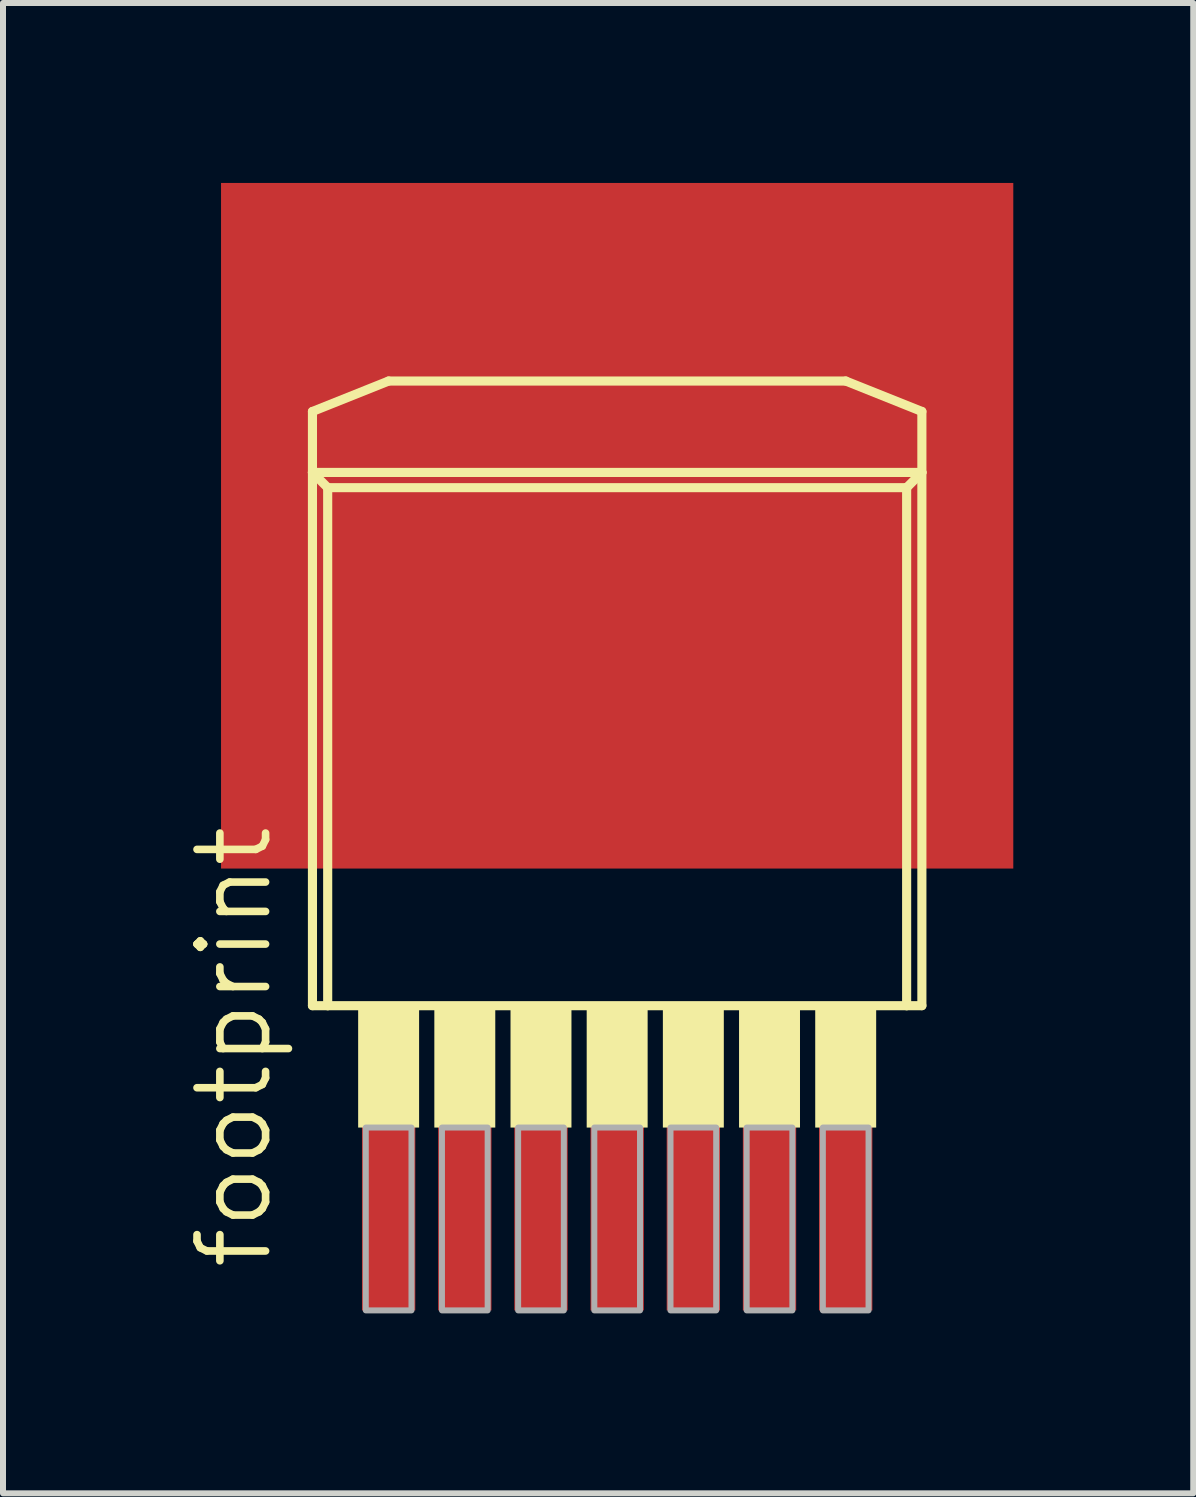
<source format=kicad_pcb>
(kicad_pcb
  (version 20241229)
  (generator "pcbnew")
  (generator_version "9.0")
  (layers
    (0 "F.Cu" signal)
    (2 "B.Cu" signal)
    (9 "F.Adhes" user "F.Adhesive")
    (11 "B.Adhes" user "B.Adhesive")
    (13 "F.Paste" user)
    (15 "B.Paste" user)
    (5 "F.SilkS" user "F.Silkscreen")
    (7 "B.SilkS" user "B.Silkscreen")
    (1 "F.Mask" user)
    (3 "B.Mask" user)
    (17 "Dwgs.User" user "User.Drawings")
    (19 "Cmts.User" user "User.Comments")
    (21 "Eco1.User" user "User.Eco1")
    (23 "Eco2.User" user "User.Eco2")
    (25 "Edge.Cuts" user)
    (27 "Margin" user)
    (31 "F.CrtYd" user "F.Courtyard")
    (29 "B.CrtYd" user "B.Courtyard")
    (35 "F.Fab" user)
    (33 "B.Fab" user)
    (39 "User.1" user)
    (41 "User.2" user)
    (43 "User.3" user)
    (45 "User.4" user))
  (footprint "footprint"
    (layer "F.Cu")
    (at 7.239 9.271)
    (property "Reference" "footprint" (at -5.715 8.89 90) (layer "F.SilkS") (effects (font (size 1.143 1.143) (thickness 0.127)) (justify left bottom)))
    (fp_poly (pts (xy -6.604 2.159) (xy 6.604 2.159) (xy 6.604 -9.271) (xy -6.604 -9.271)) (stroke (width 0) (type solid)) (fill yes) (layer "F.Cu"))
    (fp_poly (pts (xy -5.715 2.54) (xy 5.715 2.54) (xy 5.715 -6.35) (xy -5.715 -6.35)) (stroke (width 0) (type solid)) (fill yes) (layer "F.Mask"))
    (fp_line (start -5.08 -5.461) (end -3.81 -5.969) (stroke (width 0.152) (type solid)) (layer "F.SilkS"))
    (fp_line (start -5.08 -4.445) (end -5.08 -5.461) (stroke (width 0.152) (type solid)) (layer "F.SilkS"))
    (fp_line (start -5.08 -4.445) (end 5.08 -4.445) (stroke (width 0.152) (type solid)) (layer "F.SilkS"))
    (fp_line (start -5.08 4.445) (end -5.08 -4.445) (stroke (width 0.152) (type solid)) (layer "F.SilkS"))
    (fp_line (start -4.826 -4.191) (end -5.08 -4.445) (stroke (width 0.152) (type solid)) (layer "F.SilkS"))
    (fp_line (start -4.826 -4.191) (end 4.826 -4.191) (stroke (width 0.152) (type solid)) (layer "F.SilkS"))
    (fp_line (start -4.826 4.445) (end -5.08 4.445) (stroke (width 0.152) (type solid)) (layer "F.SilkS"))
    (fp_line (start -4.826 4.445) (end -4.826 -4.191) (stroke (width 0.152) (type solid)) (layer "F.SilkS"))
    (fp_line (start -3.81 -5.969) (end 3.81 -5.969) (stroke (width 0.152) (type solid)) (layer "F.SilkS"))
    (fp_line (start 3.81 -5.969) (end 5.08 -5.461) (stroke (width 0.152) (type solid)) (layer "F.SilkS"))
    (fp_line (start 4.826 -4.191) (end 4.826 4.445) (stroke (width 0.152) (type solid)) (layer "F.SilkS"))
    (fp_line (start 4.826 -4.191) (end 5.08 -4.445) (stroke (width 0.152) (type solid)) (layer "F.SilkS"))
    (fp_line (start 4.826 4.445) (end -4.826 4.445) (stroke (width 0.152) (type solid)) (layer "F.SilkS"))
    (fp_line (start 5.08 -5.461) (end 5.08 -4.445) (stroke (width 0.152) (type solid)) (layer "F.SilkS"))
    (fp_line (start 5.08 -4.445) (end 5.08 4.445) (stroke (width 0.152) (type solid)) (layer "F.SilkS"))
    (fp_line (start 5.08 4.445) (end 4.826 4.445) (stroke (width 0.152) (type solid)) (layer "F.SilkS"))
    (fp_poly (pts (xy -4.318 6.477) (xy -3.302 6.477) (xy -3.302 4.445) (xy -4.318 4.445)) (stroke (width 0) (type solid)) (fill yes) (layer "F.SilkS"))
    (fp_poly (pts (xy -3.048 6.477) (xy -2.032 6.477) (xy -2.032 4.445) (xy -3.048 4.445)) (stroke (width 0) (type solid)) (fill yes) (layer "F.SilkS"))
    (fp_poly (pts (xy -1.778 6.477) (xy -0.762 6.477) (xy -0.762 4.445) (xy -1.778 4.445)) (stroke (width 0) (type solid)) (fill yes) (layer "F.SilkS"))
    (fp_poly (pts (xy -0.508 6.477) (xy 0.508 6.477) (xy 0.508 4.445) (xy -0.508 4.445)) (stroke (width 0) (type solid)) (fill yes) (layer "F.SilkS"))
    (fp_poly (pts (xy 0.762 6.477) (xy 1.778 6.477) (xy 1.778 4.445) (xy 0.762 4.445)) (stroke (width 0) (type solid)) (fill yes) (layer "F.SilkS"))
    (fp_poly (pts (xy 2.032 6.477) (xy 3.048 6.477) (xy 3.048 4.445) (xy 2.032 4.445)) (stroke (width 0) (type solid)) (fill yes) (layer "F.SilkS"))
    (fp_poly (pts (xy 3.302 6.477) (xy 4.318 6.477) (xy 4.318 4.445) (xy 3.302 4.445)) (stroke (width 0) (type solid)) (fill yes) (layer "F.SilkS"))
    (fp_poly (pts (xy -4.191 9.525) (xy -3.429 9.525) (xy -3.429 6.477) (xy -4.191 6.477)) (stroke (width 0.1) (type solid)) (fill no) (layer "F.Fab"))
    (fp_poly (pts (xy -2.921 9.525) (xy -2.159 9.525) (xy -2.159 6.477) (xy -2.921 6.477)) (stroke (width 0.1) (type solid)) (fill no) (layer "F.Fab"))
    (fp_poly (pts (xy -1.651 9.525) (xy -0.889 9.525) (xy -0.889 6.477) (xy -1.651 6.477)) (stroke (width 0.1) (type solid)) (fill no) (layer "F.Fab"))
    (fp_poly (pts (xy -0.381 9.525) (xy 0.381 9.525) (xy 0.381 6.477) (xy -0.381 6.477)) (stroke (width 0.1) (type solid)) (fill no) (layer "F.Fab"))
    (fp_poly (pts (xy 0.889 9.525) (xy 1.651 9.525) (xy 1.651 6.477) (xy 0.889 6.477)) (stroke (width 0.1) (type solid)) (fill no) (layer "F.Fab"))
    (fp_poly (pts (xy 2.159 9.525) (xy 2.921 9.525) (xy 2.921 6.477) (xy 2.159 6.477)) (stroke (width 0.1) (type solid)) (fill no) (layer "F.Fab"))
    (fp_poly (pts (xy 3.429 9.525) (xy 4.191 9.525) (xy 4.191 6.477) (xy 3.429 6.477)) (stroke (width 0.1) (type solid)) (fill no) (layer "F.Fab"))
    (pad "1" smd rect (at -3.81 6.985) (size 0.889 5.08) (layers "F.Cu" "F.Mask" "F.Paste"))
    (pad "2" smd rect (at -2.54 6.985) (size 0.889 5.08) (layers "F.Cu" "F.Mask" "F.Paste"))
    (pad "3" smd rect (at -1.27 6.985) (size 0.889 5.08) (layers "F.Cu" "F.Mask" "F.Paste"))
    (pad "4" smd rect (at 0 6.985) (size 0.889 5.08) (layers "F.Cu" "F.Mask" "F.Paste"))
    (pad "5" smd rect (at 1.27 6.985) (size 0.889 5.08) (layers "F.Cu" "F.Mask" "F.Paste"))
    (pad "6" smd rect (at 2.54 6.985) (size 0.889 5.08) (layers "F.Cu" "F.Mask" "F.Paste"))
    (pad "7" smd rect (at 3.81 6.985) (size 0.889 5.08) (layers "F.Cu" "F.Mask" "F.Paste")))
  (gr_rect
    (start -3 -3)
    (end 16.843 21.846)
    (stroke (width 0.1) (type default))
    (fill no)
    (layer "Edge.Cuts")))
</source>
